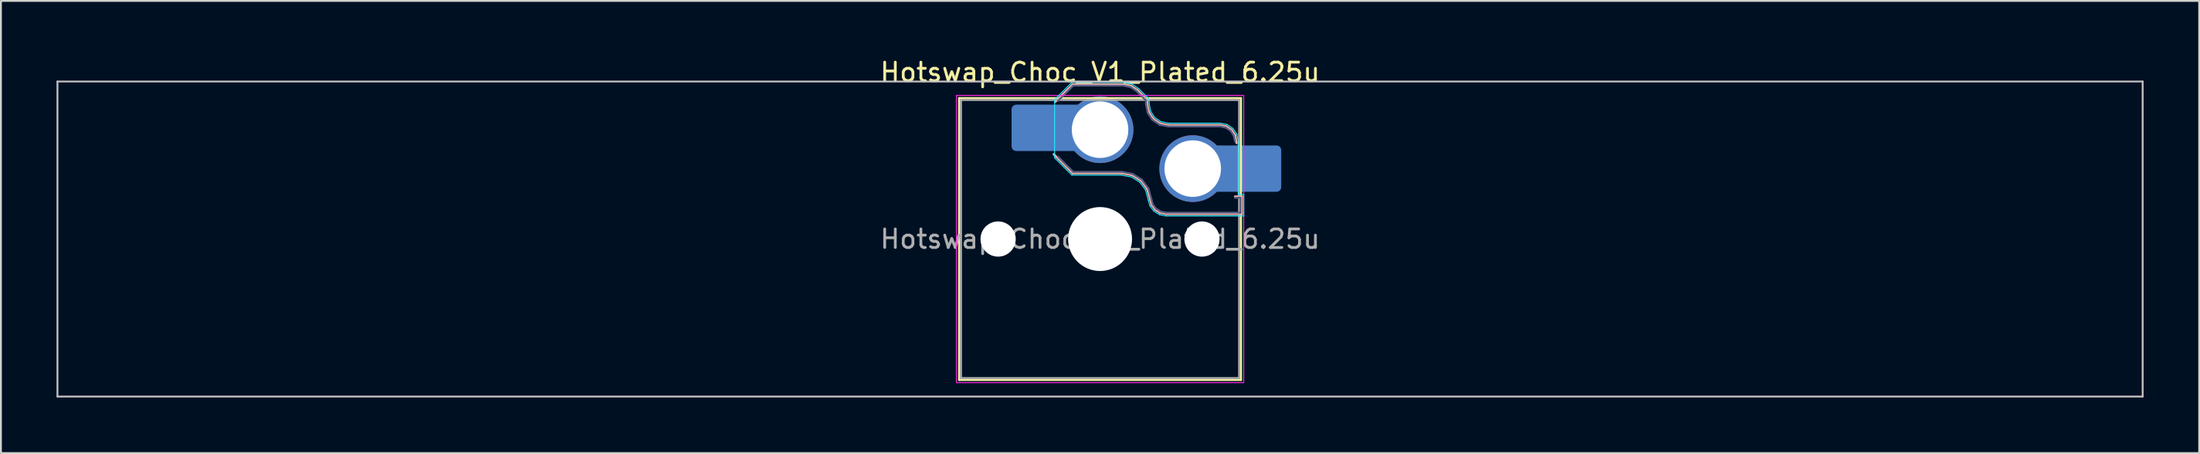
<source format=kicad_pcb>
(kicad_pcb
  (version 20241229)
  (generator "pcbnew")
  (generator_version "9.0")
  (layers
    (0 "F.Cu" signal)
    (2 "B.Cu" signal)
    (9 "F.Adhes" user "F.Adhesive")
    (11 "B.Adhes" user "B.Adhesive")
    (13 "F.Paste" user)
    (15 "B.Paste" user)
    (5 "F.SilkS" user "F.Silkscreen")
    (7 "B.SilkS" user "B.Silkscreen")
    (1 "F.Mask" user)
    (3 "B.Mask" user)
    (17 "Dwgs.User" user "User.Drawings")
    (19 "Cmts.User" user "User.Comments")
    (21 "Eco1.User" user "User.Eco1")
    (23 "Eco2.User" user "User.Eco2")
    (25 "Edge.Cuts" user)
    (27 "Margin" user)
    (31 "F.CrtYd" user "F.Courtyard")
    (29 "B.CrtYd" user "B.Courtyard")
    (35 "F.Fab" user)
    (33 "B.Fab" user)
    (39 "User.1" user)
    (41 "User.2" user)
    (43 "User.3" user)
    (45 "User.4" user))
  (footprint "Hotswap_Choc_V1_Plated_6.25u"
    (layer "F.Cu")
    (at 56.3 9.848)
    (property "Reference" "Hotswap_Choc_V1_Plated_6.25u" (at 0 -9 0) (layer "F.SilkS") (effects (font (size 1 1) (thickness 0.15))))
    (attr smd)
    (fp_line (start -7.6 -7.6) (end -7.6 7.6) (stroke (width 0.12) (type solid)) (layer "F.SilkS"))
    (fp_line (start -7.6 7.6) (end 7.6 7.6) (stroke (width 0.12) (type solid)) (layer "F.SilkS"))
    (fp_line (start 7.6 -7.6) (end -7.6 -7.6) (stroke (width 0.12) (type solid)) (layer "F.SilkS"))
    (fp_line (start 7.6 7.6) (end 7.6 -7.6) (stroke (width 0.12) (type solid)) (layer "F.SilkS"))
    (fp_line (start -2.416 -7.409) (end -1.479 -8.346) (stroke (width 0.12) (type solid)) (layer "B.SilkS"))
    (fp_line (start -1.479 -8.346) (end 1.268 -8.346) (stroke (width 0.12) (type solid)) (layer "B.SilkS"))
    (fp_line (start -1.479 -3.554) (end -2.5 -4.575) (stroke (width 0.12) (type solid)) (layer "B.SilkS"))
    (fp_line (start 1.168 -3.554) (end -1.479 -3.554) (stroke (width 0.12) (type solid)) (layer "B.SilkS"))
    (fp_line (start 1.268 -8.346) (end 1.671 -8.266) (stroke (width 0.12) (type solid)) (layer "B.SilkS"))
    (fp_line (start 1.671 -8.266) (end 2.013 -8.037) (stroke (width 0.12) (type solid)) (layer "B.SilkS"))
    (fp_line (start 1.73 -3.449) (end 1.168 -3.554) (stroke (width 0.12) (type solid)) (layer "B.SilkS"))
    (fp_line (start 2.013 -8.037) (end 2.546 -7.504) (stroke (width 0.12) (type solid)) (layer "B.SilkS"))
    (fp_line (start 2.209 -3.15) (end 1.73 -3.449) (stroke (width 0.12) (type solid)) (layer "B.SilkS"))
    (fp_line (start 2.546 -7.504) (end 2.546 -7.282) (stroke (width 0.12) (type solid)) (layer "B.SilkS"))
    (fp_line (start 2.546 -7.282) (end 2.633 -6.844) (stroke (width 0.12) (type solid)) (layer "B.SilkS"))
    (fp_line (start 2.547 -2.697) (end 2.209 -3.15) (stroke (width 0.12) (type solid)) (layer "B.SilkS"))
    (fp_line (start 2.633 -6.844) (end 2.877 -6.477) (stroke (width 0.12) (type solid)) (layer "B.SilkS"))
    (fp_line (start 2.701 -2.139) (end 2.547 -2.697) (stroke (width 0.12) (type solid)) (layer "B.SilkS"))
    (fp_line (start 2.783 -1.841) (end 2.701 -2.139) (stroke (width 0.12) (type solid)) (layer "B.SilkS"))
    (fp_line (start 2.877 -6.477) (end 3.244 -6.233) (stroke (width 0.12) (type solid)) (layer "B.SilkS"))
    (fp_line (start 2.976 -1.583) (end 2.783 -1.841) (stroke (width 0.12) (type solid)) (layer "B.SilkS"))
    (fp_line (start 3.244 -6.233) (end 3.682 -6.146) (stroke (width 0.12) (type solid)) (layer "B.SilkS"))
    (fp_line (start 3.25 -1.413) (end 2.976 -1.583) (stroke (width 0.12) (type solid)) (layer "B.SilkS"))
    (fp_line (start 3.56 -1.354) (end 3.25 -1.413) (stroke (width 0.12) (type solid)) (layer "B.SilkS"))
    (fp_line (start 3.682 -6.146) (end 6.482 -6.146) (stroke (width 0.12) (type solid)) (layer "B.SilkS"))
    (fp_line (start 6.482 -6.146) (end 6.809 -6.081) (stroke (width 0.12) (type solid)) (layer "B.SilkS"))
    (fp_line (start 6.809 -6.081) (end 7.092 -5.892) (stroke (width 0.12) (type solid)) (layer "B.SilkS"))
    (fp_line (start 7.092 -5.892) (end 7.281 -5.609) (stroke (width 0.12) (type solid)) (layer "B.SilkS"))
    (fp_line (start 7.281 -5.609) (end 7.366 -5.182) (stroke (width 0.12) (type solid)) (layer "B.SilkS"))
    (fp_line (start 7.283 -2.296) (end 7.646 -2.296) (stroke (width 0.12) (type solid)) (layer "B.SilkS"))
    (fp_line (start 7.646 -2.296) (end 7.646 -1.354) (stroke (width 0.12) (type solid)) (layer "B.SilkS"))
    (fp_line (start 7.646 -1.354) (end 3.56 -1.354) (stroke (width 0.12) (type solid)) (layer "B.SilkS"))
    (fp_line (start -56.25 -8.5) (end -56.25 8.5) (stroke (width 0.1) (type solid)) (layer "Dwgs.User"))
    (fp_line (start -56.25 8.5) (end 56.25 8.5) (stroke (width 0.1) (type solid)) (layer "Dwgs.User"))
    (fp_line (start 56.25 -8.5) (end -56.25 -8.5) (stroke (width 0.1) (type solid)) (layer "Dwgs.User"))
    (fp_line (start 56.25 8.5) (end 56.25 -8.5) (stroke (width 0.1) (type solid)) (layer "Dwgs.User"))
    (fp_line (start -7.25 -7.25) (end -7.25 7.25) (stroke (width 0.1) (type solid)) (layer "Eco1.User"))
    (fp_line (start -7.25 7.25) (end 7.25 7.25) (stroke (width 0.1) (type solid)) (layer "Eco1.User"))
    (fp_line (start 7.25 -7.25) (end -7.25 -7.25) (stroke (width 0.1) (type solid)) (layer "Eco1.User"))
    (fp_line (start 7.25 7.25) (end 7.25 -7.25) (stroke (width 0.1) (type solid)) (layer "Eco1.User"))
    (fp_line (start -2.452 -7.523) (end -1.523 -8.452) (stroke (width 0.05) (type solid)) (layer "B.CrtYd"))
    (fp_line (start -2.452 -4.377) (end -2.452 -7.523) (stroke (width 0.05) (type solid)) (layer "B.CrtYd"))
    (fp_line (start -1.523 -8.452) (end 1.278 -8.452) (stroke (width 0.05) (type solid)) (layer "B.CrtYd"))
    (fp_line (start -1.523 -3.448) (end -2.452 -4.377) (stroke (width 0.05) (type solid)) (layer "B.CrtYd"))
    (fp_line (start 1.159 -3.448) (end -1.523 -3.448) (stroke (width 0.05) (type solid)) (layer "B.CrtYd"))
    (fp_line (start 1.278 -8.452) (end 1.712 -8.366) (stroke (width 0.05) (type solid)) (layer "B.CrtYd"))
    (fp_line (start 1.691 -3.348) (end 1.159 -3.448) (stroke (width 0.05) (type solid)) (layer "B.CrtYd"))
    (fp_line (start 1.712 -8.366) (end 2.081 -8.119) (stroke (width 0.05) (type solid)) (layer "B.CrtYd"))
    (fp_line (start 2.081 -8.119) (end 2.652 -7.548) (stroke (width 0.05) (type solid)) (layer "B.CrtYd"))
    (fp_line (start 2.136 -3.071) (end 1.691 -3.348) (stroke (width 0.05) (type solid)) (layer "B.CrtYd"))
    (fp_line (start 2.45 -2.65) (end 2.136 -3.071) (stroke (width 0.05) (type solid)) (layer "B.CrtYd"))
    (fp_line (start 2.599 -2.111) (end 2.45 -2.65) (stroke (width 0.05) (type solid)) (layer "B.CrtYd"))
    (fp_line (start 2.652 -7.548) (end 2.652 -7.292) (stroke (width 0.05) (type solid)) (layer "B.CrtYd"))
    (fp_line (start 2.652 -7.292) (end 2.733 -6.885) (stroke (width 0.05) (type solid)) (layer "B.CrtYd"))
    (fp_line (start 2.687 -1.794) (end 2.599 -2.111) (stroke (width 0.05) (type solid)) (layer "B.CrtYd"))
    (fp_line (start 2.733 -6.885) (end 2.953 -6.553) (stroke (width 0.05) (type solid)) (layer "B.CrtYd"))
    (fp_line (start 2.903 -1.503) (end 2.687 -1.794) (stroke (width 0.05) (type solid)) (layer "B.CrtYd"))
    (fp_line (start 2.953 -6.553) (end 3.285 -6.333) (stroke (width 0.05) (type solid)) (layer "B.CrtYd"))
    (fp_line (start 3.211 -1.312) (end 2.903 -1.503) (stroke (width 0.05) (type solid)) (layer "B.CrtYd"))
    (fp_line (start 3.285 -6.333) (end 3.692 -6.252) (stroke (width 0.05) (type solid)) (layer "B.CrtYd"))
    (fp_line (start 3.55 -1.248) (end 3.211 -1.312) (stroke (width 0.05) (type solid)) (layer "B.CrtYd"))
    (fp_line (start 3.692 -6.252) (end 6.492 -6.252) (stroke (width 0.05) (type solid)) (layer "B.CrtYd"))
    (fp_line (start 6.492 -6.252) (end 6.85 -6.181) (stroke (width 0.05) (type solid)) (layer "B.CrtYd"))
    (fp_line (start 6.85 -6.181) (end 7.168 -5.968) (stroke (width 0.05) (type solid)) (layer "B.CrtYd"))
    (fp_line (start 7.168 -5.968) (end 7.381 -5.65) (stroke (width 0.05) (type solid)) (layer "B.CrtYd"))
    (fp_line (start 7.381 -5.65) (end 7.452 -5.292) (stroke (width 0.05) (type solid)) (layer "B.CrtYd"))
    (fp_line (start 7.452 -5.292) (end 7.452 -2.402) (stroke (width 0.05) (type solid)) (layer "B.CrtYd"))
    (fp_line (start 7.452 -2.402) (end 7.752 -2.402) (stroke (width 0.05) (type solid)) (layer "B.CrtYd"))
    (fp_line (start 7.752 -2.402) (end 7.752 -1.248) (stroke (width 0.05) (type solid)) (layer "B.CrtYd"))
    (fp_line (start 7.752 -1.248) (end 3.55 -1.248) (stroke (width 0.05) (type solid)) (layer "B.CrtYd"))
    (fp_line (start -7.75 -7.75) (end -7.75 7.75) (stroke (width 0.05) (type solid)) (layer "F.CrtYd"))
    (fp_line (start -7.75 7.75) (end 7.75 7.75) (stroke (width 0.05) (type solid)) (layer "F.CrtYd"))
    (fp_line (start 7.75 -7.75) (end -7.75 -7.75) (stroke (width 0.05) (type solid)) (layer "F.CrtYd"))
    (fp_line (start 7.75 7.75) (end 7.75 -7.75) (stroke (width 0.05) (type solid)) (layer "F.CrtYd"))
    (fp_line (start -2.275 -7.45) (end -1.45 -8.275) (stroke (width 0.1) (type solid)) (layer "B.Fab"))
    (fp_line (start -1.45 -8.275) (end 1.261 -8.275) (stroke (width 0.1) (type solid)) (layer "B.Fab"))
    (fp_line (start -1.45 -3.625) (end -2.275 -4.45) (stroke (width 0.1) (type solid)) (layer "B.Fab"))
    (fp_line (start 1.175 -3.625) (end -1.45 -3.625) (stroke (width 0.1) (type solid)) (layer "B.Fab"))
    (fp_line (start 1.261 -8.275) (end 1.643 -8.199) (stroke (width 0.1) (type solid)) (layer "B.Fab"))
    (fp_line (start 1.643 -8.199) (end 1.968 -7.982) (stroke (width 0.1) (type solid)) (layer "B.Fab"))
    (fp_line (start 1.756 -3.516) (end 1.175 -3.625) (stroke (width 0.1) (type solid)) (layer "B.Fab"))
    (fp_line (start 1.968 -7.982) (end 2.475 -7.475) (stroke (width 0.1) (type solid)) (layer "B.Fab"))
    (fp_line (start 2.258 -3.203) (end 1.756 -3.516) (stroke (width 0.1) (type solid)) (layer "B.Fab"))
    (fp_line (start 2.475 -7.475) (end 2.475 -7.275) (stroke (width 0.1) (type solid)) (layer "B.Fab"))
    (fp_line (start 2.475 -7.275) (end 2.566 -6.816) (stroke (width 0.1) (type solid)) (layer "B.Fab"))
    (fp_line (start 2.566 -6.816) (end 2.826 -6.426) (stroke (width 0.1) (type solid)) (layer "B.Fab"))
    (fp_line (start 2.612 -2.729) (end 2.258 -3.203) (stroke (width 0.1) (type solid)) (layer "B.Fab"))
    (fp_line (start 2.769 -2.158) (end 2.612 -2.729) (stroke (width 0.1) (type solid)) (layer "B.Fab"))
    (fp_line (start 2.826 -6.426) (end 3.216 -6.166) (stroke (width 0.1) (type solid)) (layer "B.Fab"))
    (fp_line (start 2.848 -1.873) (end 2.769 -2.158) (stroke (width 0.1) (type solid)) (layer "B.Fab"))
    (fp_line (start 3.025 -1.636) (end 2.848 -1.873) (stroke (width 0.1) (type solid)) (layer "B.Fab"))
    (fp_line (start 3.216 -6.166) (end 3.675 -6.075) (stroke (width 0.1) (type solid)) (layer "B.Fab"))
    (fp_line (start 3.276 -1.48) (end 3.025 -1.636) (stroke (width 0.1) (type solid)) (layer "B.Fab"))
    (fp_line (start 3.567 -1.425) (end 3.276 -1.48) (stroke (width 0.1) (type solid)) (layer "B.Fab"))
    (fp_line (start 3.675 -6.075) (end 6.475 -6.075) (stroke (width 0.1) (type solid)) (layer "B.Fab"))
    (fp_line (start 6.475 -6.075) (end 6.781 -6.014) (stroke (width 0.1) (type solid)) (layer "B.Fab"))
    (fp_line (start 6.781 -6.014) (end 7.041 -5.841) (stroke (width 0.1) (type solid)) (layer "B.Fab"))
    (fp_line (start 7.041 -5.841) (end 7.214 -5.581) (stroke (width 0.1) (type solid)) (layer "B.Fab"))
    (fp_line (start 7.214 -5.581) (end 7.275 -5.275) (stroke (width 0.1) (type solid)) (layer "B.Fab"))
    (fp_line (start 7.275 -2.225) (end 7.575 -2.225) (stroke (width 0.1) (type solid)) (layer "B.Fab"))
    (fp_line (start 7.575 -2.225) (end 7.575 -1.425) (stroke (width 0.1) (type solid)) (layer "B.Fab"))
    (fp_line (start 7.575 -1.425) (end 3.567 -1.425) (stroke (width 0.1) (type solid)) (layer "B.Fab"))
    (fp_line (start -7.5 -7.5) (end -7.5 7.5) (stroke (width 0.1) (type solid)) (layer "F.Fab"))
    (fp_line (start -7.5 7.5) (end 7.5 7.5) (stroke (width 0.1) (type solid)) (layer "F.Fab"))
    (fp_line (start 7.5 -7.5) (end -7.5 -7.5) (stroke (width 0.1) (type solid)) (layer "F.Fab"))
    (fp_line (start 7.5 7.5) (end 7.5 -7.5) (stroke (width 0.1) (type solid)) (layer "F.Fab"))
    (fp_text user "${REFERENCE}" (at 0 0 0) (layer "F.Fab") (effects (font (size 1 1) (thickness 0.15))))
    (pad "" np_thru_hole circle (at -5.5 0) (size 1.9 1.9) (drill 1.9) (layers "*.Cu" "*.Mask"))
    (pad "" smd roundrect (at -3.5 -6) (size 2.55 2.5) (layers "B.Mask" "B.Paste") (roundrect_rratio 0.1))
    (pad "" np_thru_hole circle (at 0 0) (size 3.45 3.45) (drill 3.45) (layers "*.Cu" "*.Mask"))
    (pad "" np_thru_hole circle (at 5.5 0) (size 1.9 1.9) (drill 1.9) (layers "*.Cu" "*.Mask"))
    (pad "" smd roundrect (at 8.5 -3.8) (size 2.55 2.5) (layers "B.Mask" "B.Paste") (roundrect_rratio 0.1))
    (pad "1" smd roundrect (at -2.85 -6) (size 3.85 2.5) (layers "B.Cu") (roundrect_rratio 0.1))
    (pad "1" thru_hole circle (at 0 -5.9) (size 3.6 3.6) (drill 3.05) (layers "*.Cu" "*.Mask"))
    (pad "2" thru_hole circle (at 5 -3.8) (size 3.6 3.6) (drill 3.05) (layers "*.Cu" "*.Mask"))
    (pad "2" smd roundrect (at 7.85 -3.8) (size 3.85 2.5) (layers "B.Cu") (roundrect_rratio 0.1)))
  (gr_rect
    (start -3 -3)
    (end 115.6 21.398)
    (stroke (width 0.1) (type default))
    (fill no)
    (layer "Edge.Cuts")))
</source>
